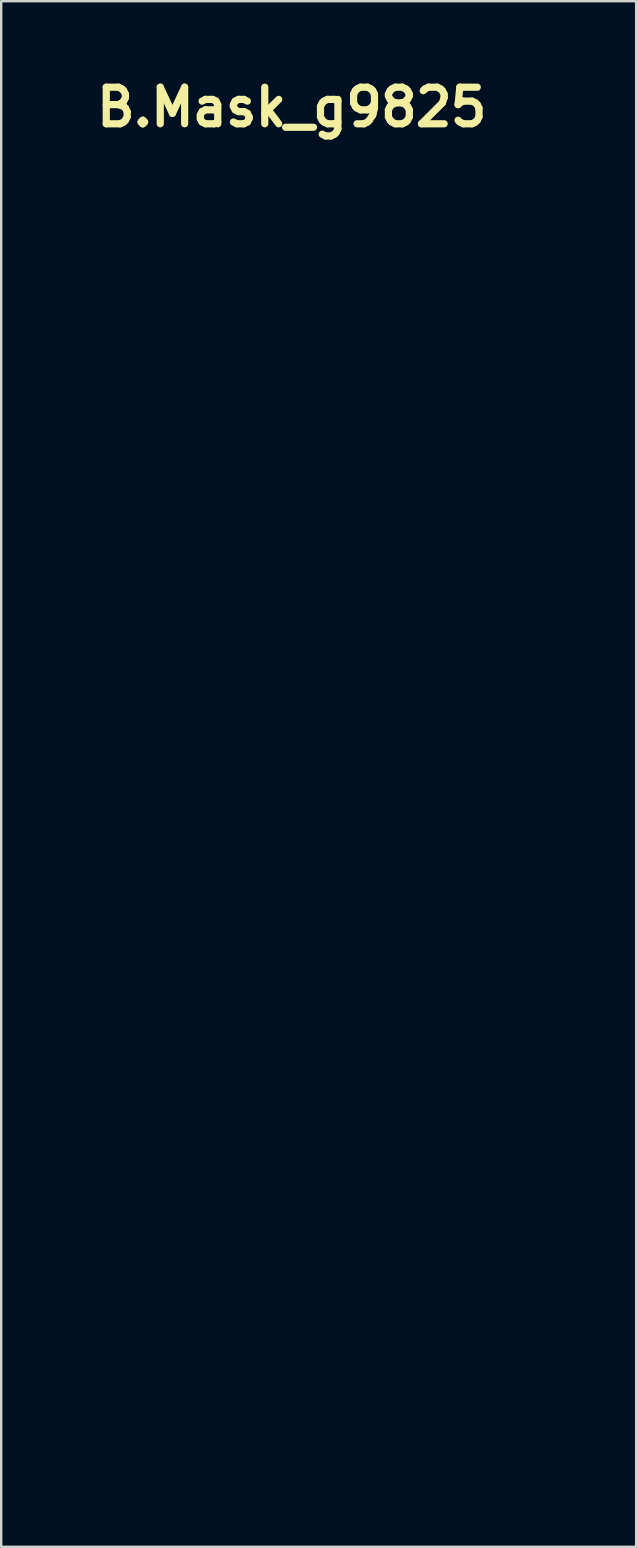
<source format=kicad_pcb>
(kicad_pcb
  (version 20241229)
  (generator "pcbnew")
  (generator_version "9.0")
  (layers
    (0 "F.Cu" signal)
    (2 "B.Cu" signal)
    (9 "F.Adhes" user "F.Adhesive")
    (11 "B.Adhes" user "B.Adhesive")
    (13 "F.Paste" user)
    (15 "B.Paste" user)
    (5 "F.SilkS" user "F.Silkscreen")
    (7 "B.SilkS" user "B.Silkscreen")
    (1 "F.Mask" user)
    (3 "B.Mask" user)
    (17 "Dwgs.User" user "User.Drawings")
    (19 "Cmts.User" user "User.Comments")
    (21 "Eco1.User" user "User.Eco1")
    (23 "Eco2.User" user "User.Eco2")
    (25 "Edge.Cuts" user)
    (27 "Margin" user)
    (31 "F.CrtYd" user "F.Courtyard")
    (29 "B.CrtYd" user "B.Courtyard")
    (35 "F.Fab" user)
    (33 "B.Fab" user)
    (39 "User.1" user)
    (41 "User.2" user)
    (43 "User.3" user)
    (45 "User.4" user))
  (footprint "B.Mask_g9825"
    (layer "F.Cu")
    (at 9.107 1.418)
    (property "Reference" "B.Mask_g9825" (at 0 0 0) (layer "F.SilkS") (effects (font (size 1.524 1.524) (thickness 0.3))))
    (attr through_hole)
    (fp_poly (pts (xy -6.013 54.349) (xy -5.985 54.469) (xy -5.949 54.636) (xy -5.911 54.811) (xy -5.808 55.287) (xy -6.254 55.287) (xy -6.217 55.086) (xy -6.177 54.878) (xy -6.135 54.68) (xy -6.096 54.508) (xy -6.062 54.377) (xy -6.037 54.302) (xy -6.026 54.292) (xy -6.013 54.349)) (stroke (width 0.01) (type solid)) (fill yes) (layer "B.Mask"))
    (fp_poly (pts (xy 6.392 55.965) (xy 6.276 55.964) (xy 6.145 55.944) (xy 6.056 55.911) (xy 5.946 55.833) (xy 5.866 55.72) (xy 5.812 55.558) (xy 5.779 55.337) (xy 5.764 55.075) (xy 5.765 54.727) (xy 5.794 54.456) (xy 5.852 54.254) (xy 5.942 54.118) (xy 6.067 54.041) (xy 6.221 54.017) (xy 6.392 54.017) (xy 6.392 55.965)) (stroke (width 0.01) (type solid)) (fill yes) (layer "B.Mask"))
    (fp_poly (pts (xy -1.577 54.415) (xy -1.549 54.534) (xy -1.514 54.691) (xy -1.477 54.863) (xy -1.442 55.03) (xy -1.414 55.167) (xy -1.399 55.254) (xy -1.397 55.271) (xy -1.435 55.28) (xy -1.533 55.286) (xy -1.609 55.287) (xy -1.753 55.277) (xy -1.816 55.247) (xy -1.819 55.234) (xy -1.809 55.146) (xy -1.784 55.015) (xy -1.749 54.859) (xy -1.708 54.697) (xy -1.668 54.548) (xy -1.632 54.43) (xy -1.605 54.363) (xy -1.594 54.356) (xy -1.577 54.415)) (stroke (width 0.01) (type solid)) (fill yes) (layer "B.Mask"))
    (fp_poly (pts (xy 7.719 54.371) (xy 7.748 54.463) (xy 7.785 54.599) (xy 7.824 54.76) (xy 7.861 54.927) (xy 7.892 55.079) (xy 7.911 55.199) (xy 7.916 55.256) (xy 7.878 55.274) (xy 7.781 55.285) (xy 7.705 55.287) (xy 7.584 55.285) (xy 7.507 55.278) (xy 7.493 55.272) (xy 7.502 55.205) (xy 7.525 55.081) (xy 7.558 54.923) (xy 7.597 54.751) (xy 7.635 54.586) (xy 7.669 54.45) (xy 7.694 54.363) (xy 7.702 54.343) (xy 7.719 54.371)) (stroke (width 0.01) (type solid)) (fill yes) (layer "B.Mask"))
    (fp_poly (pts (xy 11.345 56.981) (xy -9.102 56.981) (xy -9.102 53.636) (xy -8.297 53.636) (xy -8.297 54.963) (xy -8.296 55.29) (xy -8.294 55.59) (xy -8.29 55.852) (xy -8.284 56.065) (xy -8.278 56.22) (xy -8.271 56.306) (xy -8.267 56.319) (xy -8.206 56.338) (xy -8.131 56.337) (xy -8.084 56.324) (xy -8.043 56.29) (xy -8 56.221) (xy -7.948 56.104) (xy -7.88 55.928) (xy -7.831 55.795) (xy -7.742 55.553) (xy -7.646 55.298) (xy -7.556 55.061) (xy -7.491 54.893) (xy -7.345 54.519) (xy -7.322 56.351) (xy -7.164 56.338) (xy -7.006 56.325) (xy -7.006 56.274) (xy -6.755 56.274) (xy -6.743 56.32) (xy -6.676 56.343) (xy -6.574 56.344) (xy -6.477 56.326) (xy -6.423 56.291) (xy -6.422 56.29) (xy -6.407 56.221) (xy -6.388 56.095) (xy -6.37 55.949) (xy -6.34 55.665) (xy -6.038 55.677) (xy -5.736 55.69) (xy -5.652 56.325) (xy -5.493 56.338) (xy -5.388 56.34) (xy -5.343 56.316) (xy -5.334 56.256) (xy -5.343 56.167) (xy -5.367 56.009) (xy -5.403 55.798) (xy -5.449 55.548) (xy -5.503 55.274) (xy -5.56 54.99) (xy -5.618 54.712) (xy -5.675 54.452) (xy -5.727 54.228) (xy -5.73 54.215) (xy -5.866 53.657) (xy -6.154 53.636) (xy -5.293 53.636) (xy -5.271 53.795) (xy -5.259 53.896) (xy -5.239 54.059) (xy -5.215 54.266) (xy -5.19 54.493) (xy -5.184 54.547) (xy -5.154 54.797) (xy -5.119 55.068) (xy -5.08 55.347) (xy -5.041 55.615) (xy -5.004 55.859) (xy -4.97 56.062) (xy -4.943 56.209) (xy -4.927 56.274) (xy -4.889 56.326) (xy -4.804 56.34) (xy -4.748 56.337) (xy -4.659 56.325) (xy -4.606 56.294) (xy -4.571 56.221) (xy -4.536 56.092) (xy -4.505 55.961) (xy -4.463 55.771) (xy -4.415 55.547) (xy -4.366 55.313) (xy -4.361 55.29) (xy -4.316 55.083) (xy -4.276 54.925) (xy -4.244 54.826) (xy -4.224 54.797) (xy -4.22 54.803) (xy -4.202 54.881) (xy -4.172 55.017) (xy -4.138 55.186) (xy -4.126 55.245) (xy -4.075 55.495) (xy -4.023 55.737) (xy -3.973 55.954) (xy -3.928 56.132) (xy -3.893 56.254) (xy -3.875 56.302) (xy -3.817 56.332) (xy -3.715 56.346) (xy -3.705 56.346) (xy -3.651 56.346) (xy -3.61 56.34) (xy -3.578 56.317) (xy -3.553 56.264) (xy -3.528 56.171) (xy -3.502 56.027) (xy -3.468 55.821) (xy -3.431 55.584) (xy -3.392 55.325) (xy -3.353 55.042) (xy -3.315 54.75) (xy -3.281 54.467) (xy -3.253 54.208) (xy -3.231 53.991) (xy -3.219 53.831) (xy -3.217 53.774) (xy -3.224 53.684) (xy -3.259 53.646) (xy -3.349 53.636) (xy -3.379 53.636) (xy -2.921 53.636) (xy -2.921 54.963) (xy -2.92 55.29) (xy -2.918 55.589) (xy -2.914 55.851) (xy -2.909 56.064) (xy -2.903 56.219) (xy -2.896 56.304) (xy -2.893 56.317) (xy -2.835 56.337) (xy -2.732 56.346) (xy -2.723 56.346) (xy -2.582 56.346) (xy -2.582 56.263) (xy -2.328 56.263) (xy -2.316 56.32) (xy -2.265 56.341) (xy -2.172 56.338) (xy -2.064 56.318) (xy -2.01 56.27) (xy -1.986 56.197) (xy -1.961 56.075) (xy -1.935 55.922) (xy -1.928 55.869) (xy -1.9 55.668) (xy -1.318 55.668) (xy -1.29 55.869) (xy -1.26 56.07) (xy -1.232 56.201) (xy -1.197 56.279) (xy -1.147 56.318) (xy -1.075 56.335) (xy -1.045 56.338) (xy -0.945 56.336) (xy -0.891 56.316) (xy -0.889 56.309) (xy -0.898 56.229) (xy -0.922 56.08) (xy -0.959 55.875) (xy -1.006 55.627) (xy -1.061 55.35) (xy -1.121 55.057) (xy -1.182 54.761) (xy -1.243 54.476) (xy -1.3 54.215) (xy -1.352 53.992) (xy -1.394 53.819) (xy -1.401 53.793) (xy -1.433 53.691) (xy -1.477 53.647) (xy -1.561 53.641) (xy -1.621 53.645) (xy -1.798 53.657) (xy -1.873 53.975) (xy -1.911 54.14) (xy -1.958 54.355) (xy -2.011 54.605) (xy -2.067 54.878) (xy -2.123 55.158) (xy -2.178 55.434) (xy -2.228 55.692) (xy -2.271 55.917) (xy -2.304 56.097) (xy -2.323 56.218) (xy -2.328 56.263) (xy -2.582 56.263) (xy -2.582 53.636) (xy -0.974 53.636) (xy -0.974 54.017) (xy -0.508 54.017) (xy -0.508 56.351) (xy -0.191 56.325) (xy -0.168 54.017) (xy 0.296 54.017) (xy 0.296 53.636) (xy 1.058 53.636) (xy 1.058 54.963) (xy 1.059 55.29) (xy 1.062 55.589) (xy 1.066 55.851) (xy 1.07 56.064) (xy 1.076 56.219) (xy 1.083 56.304) (xy 1.087 56.317) (xy 1.162 56.344) (xy 1.262 56.336) (xy 1.339 56.297) (xy 1.342 56.293) (xy 1.371 56.234) (xy 1.42 56.112) (xy 1.483 55.945) (xy 1.552 55.749) (xy 1.558 55.732) (xy 1.642 55.493) (xy 1.735 55.242) (xy 1.822 55.011) (xy 1.88 54.864) (xy 2.027 54.504) (xy 2.04 55.414) (xy 2.053 56.325) (xy 2.349 56.325) (xy 2.361 54.978) (xy 2.372 53.636) (xy 2.794 53.636) (xy 2.794 56.351) (xy 3.111 56.325) (xy 3.115 55.922) (xy 4.022 55.922) (xy 4.022 56.346) (xy 5.038 56.346) (xy 5.038 55.164) (xy 5.386 55.164) (xy 5.43 55.508) (xy 5.517 55.801) (xy 5.644 56.037) (xy 5.809 56.207) (xy 5.893 56.258) (xy 6.013 56.31) (xy 6.134 56.335) (xy 6.29 56.338) (xy 6.375 56.334) (xy 6.531 56.321) (xy 6.656 56.305) (xy 6.723 56.287) (xy 6.724 56.286) (xy 6.724 56.286) (xy 6.985 56.286) (xy 7.02 56.329) (xy 7.128 56.345) (xy 7.15 56.346) (xy 7.258 56.339) (xy 7.31 56.306) (xy 7.335 56.225) (xy 7.338 56.208) (xy 7.359 56.078) (xy 7.383 55.92) (xy 7.39 55.869) (xy 7.418 55.668) (xy 7.997 55.668) (xy 8.023 55.827) (xy 8.058 56.037) (xy 8.084 56.178) (xy 8.109 56.265) (xy 8.138 56.31) (xy 8.179 56.329) (xy 8.239 56.336) (xy 8.267 56.338) (xy 8.376 56.337) (xy 8.421 56.308) (xy 8.424 56.288) (xy 8.415 56.197) (xy 8.407 56.145) (xy 8.622 56.145) (xy 8.622 56.266) (xy 8.626 56.314) (xy 8.674 56.336) (xy 8.771 56.346) (xy 8.781 56.346) (xy 8.92 56.346) (xy 8.947 56.06) (xy 8.957 55.913) (xy 8.966 55.706) (xy 8.973 55.462) (xy 8.977 55.206) (xy 8.977 55.118) (xy 8.98 54.879) (xy 8.985 54.707) (xy 8.995 54.606) (xy 9.013 54.576) (xy 9.04 54.619) (xy 9.078 54.739) (xy 9.13 54.936) (xy 9.197 55.213) (xy 9.233 55.363) (xy 9.377 55.967) (xy 9.522 55.955) (xy 9.666 55.944) (xy 9.821 55.33) (xy 9.899 55.023) (xy 9.958 54.798) (xy 10.002 54.655) (xy 10.032 54.595) (xy 10.052 54.617) (xy 10.063 54.721) (xy 10.069 54.909) (xy 10.071 55.178) (xy 10.072 55.337) (xy 10.074 55.604) (xy 10.078 55.845) (xy 10.084 56.045) (xy 10.091 56.192) (xy 10.099 56.271) (xy 10.101 56.279) (xy 10.165 56.331) (xy 10.277 56.346) (xy 10.428 56.346) (xy 10.4 55.34) (xy 10.391 55.033) (xy 10.38 54.731) (xy 10.369 54.453) (xy 10.358 54.217) (xy 10.349 54.04) (xy 10.345 53.986) (xy 10.317 53.636) (xy 10.157 53.636) (xy 10.071 53.64) (xy 10.016 53.662) (xy 9.976 53.721) (xy 9.933 53.835) (xy 9.912 53.901) (xy 9.863 54.056) (xy 9.802 54.261) (xy 9.736 54.485) (xy 9.694 54.631) (xy 9.639 54.826) (xy 9.59 54.997) (xy 9.554 55.123) (xy 9.537 55.181) (xy 9.517 55.184) (xy 9.48 55.105) (xy 9.429 54.946) (xy 9.377 54.758) (xy 9.313 54.525) (xy 9.247 54.287) (xy 9.187 54.075) (xy 9.148 53.943) (xy 9.056 53.636) (xy 8.729 53.636) (xy 8.7 54.028) (xy 8.689 54.196) (xy 8.678 54.411) (xy 8.667 54.661) (xy 8.656 54.933) (xy 8.646 55.213) (xy 8.637 55.487) (xy 8.63 55.743) (xy 8.625 55.967) (xy 8.622 56.145) (xy 8.407 56.145) (xy 8.39 56.037) (xy 8.352 55.822) (xy 8.303 55.565) (xy 8.246 55.28) (xy 8.185 54.981) (xy 8.121 54.681) (xy 8.058 54.394) (xy 7.998 54.133) (xy 7.944 53.913) (xy 7.918 53.813) (xy 7.883 53.702) (xy 7.839 53.651) (xy 7.757 53.637) (xy 7.705 53.636) (xy 7.644 53.635) (xy 7.598 53.64) (xy 7.561 53.66) (xy 7.53 53.708) (xy 7.498 53.793) (xy 7.462 53.927) (xy 7.415 54.12) (xy 7.354 54.383) (xy 7.346 54.416) (xy 7.305 54.597) (xy 7.258 54.82) (xy 7.207 55.069) (xy 7.155 55.33) (xy 7.105 55.587) (xy 7.06 55.825) (xy 7.024 56.029) (xy 6.998 56.184) (xy 6.986 56.275) (xy 6.985 56.286) (xy 6.724 56.286) (xy 6.739 56.25) (xy 6.751 56.158) (xy 6.761 56.005) (xy 6.767 55.785) (xy 6.771 55.493) (xy 6.773 55.124) (xy 6.773 54.972) (xy 6.774 54.602) (xy 6.774 54.308) (xy 6.771 54.082) (xy 6.763 53.912) (xy 6.747 53.792) (xy 6.722 53.713) (xy 6.684 53.664) (xy 6.632 53.638) (xy 6.563 53.625) (xy 6.475 53.616) (xy 6.416 53.61) (xy 6.14 53.612) (xy 5.904 53.689) (xy 5.711 53.837) (xy 5.56 54.055) (xy 5.455 54.342) (xy 5.395 54.696) (xy 5.389 54.779) (xy 5.386 55.164) (xy 5.038 55.164) (xy 5.038 53.636) (xy 4.064 53.636) (xy 4.064 54.017) (xy 4.699 54.017) (xy 4.699 54.737) (xy 4.106 54.737) (xy 4.106 55.118) (xy 4.699 55.118) (xy 4.699 55.922) (xy 4.022 55.922) (xy 3.115 55.922) (xy 3.134 53.636) (xy 2.794 53.636) (xy 2.372 53.636) (xy 2.372 53.631) (xy 2.216 53.644) (xy 2.06 53.657) (xy 1.851 54.144) (xy 1.756 54.37) (xy 1.659 54.604) (xy 1.574 54.815) (xy 1.522 54.949) (xy 1.402 55.266) (xy 1.399 54.451) (xy 1.397 53.636) (xy 1.058 53.636) (xy 0.296 53.636) (xy -0.974 53.636) (xy -2.582 53.636) (xy -2.921 53.636) (xy -3.379 53.636) (xy -3.54 53.636) (xy -3.616 54.451) (xy -3.641 54.717) (xy -3.666 54.966) (xy -3.689 55.179) (xy -3.708 55.342) (xy -3.722 55.435) (xy -3.752 55.605) (xy -3.821 55.309) (xy -3.856 55.147) (xy -3.899 54.931) (xy -3.945 54.69) (xy -3.985 54.472) (xy -4.079 53.933) (xy -4.24 53.933) (xy -4.303 53.931) (xy -4.348 53.936) (xy -4.382 53.957) (xy -4.41 54.008) (xy -4.435 54.099) (xy -4.465 54.243) (xy -4.502 54.451) (xy -4.531 54.61) (xy -4.589 54.931) (xy -4.635 55.176) (xy -4.672 55.351) (xy -4.699 55.465) (xy -4.721 55.525) (xy -4.737 55.537) (xy -4.75 55.51) (xy -4.751 55.508) (xy -4.763 55.436) (xy -4.781 55.295) (xy -4.803 55.101) (xy -4.827 54.87) (xy -4.847 54.662) (xy -4.877 54.341) (xy -4.9 54.095) (xy -4.92 53.914) (xy -4.938 53.787) (xy -4.959 53.706) (xy -4.983 53.66) (xy -5.014 53.639) (xy -5.055 53.635) (xy -5.108 53.636) (xy -5.125 53.636) (xy -5.293 53.636) (xy -6.154 53.636) (xy -6.215 53.632) (xy -6.343 54.174) (xy -6.398 54.418) (xy -6.464 54.722) (xy -6.534 55.063) (xy -6.605 55.416) (xy -6.672 55.759) (xy -6.729 56.069) (xy -6.75 56.182) (xy -6.755 56.274) (xy -7.006 56.274) (xy -6.995 54.98) (xy -6.984 53.636) (xy -7.135 53.636) (xy -7.215 53.641) (xy -7.271 53.664) (xy -7.32 53.724) (xy -7.378 53.837) (xy -7.417 53.922) (xy -7.484 54.076) (xy -7.57 54.281) (xy -7.663 54.512) (xy -7.751 54.737) (xy -7.956 55.266) (xy -7.957 54.451) (xy -7.959 53.636) (xy -8.297 53.636) (xy -9.102 53.636) (xy -9.102 52.832) (xy 11.345 52.832) (xy 11.345 56.981)) (stroke (width 0.01) (type solid)) (fill yes) (layer "B.Mask")))
  (gr_rect
    (start -3 -3)
    (end 23.457 61.404)
    (stroke (width 0.1) (type default))
    (fill no)
    (layer "Edge.Cuts")))
</source>
